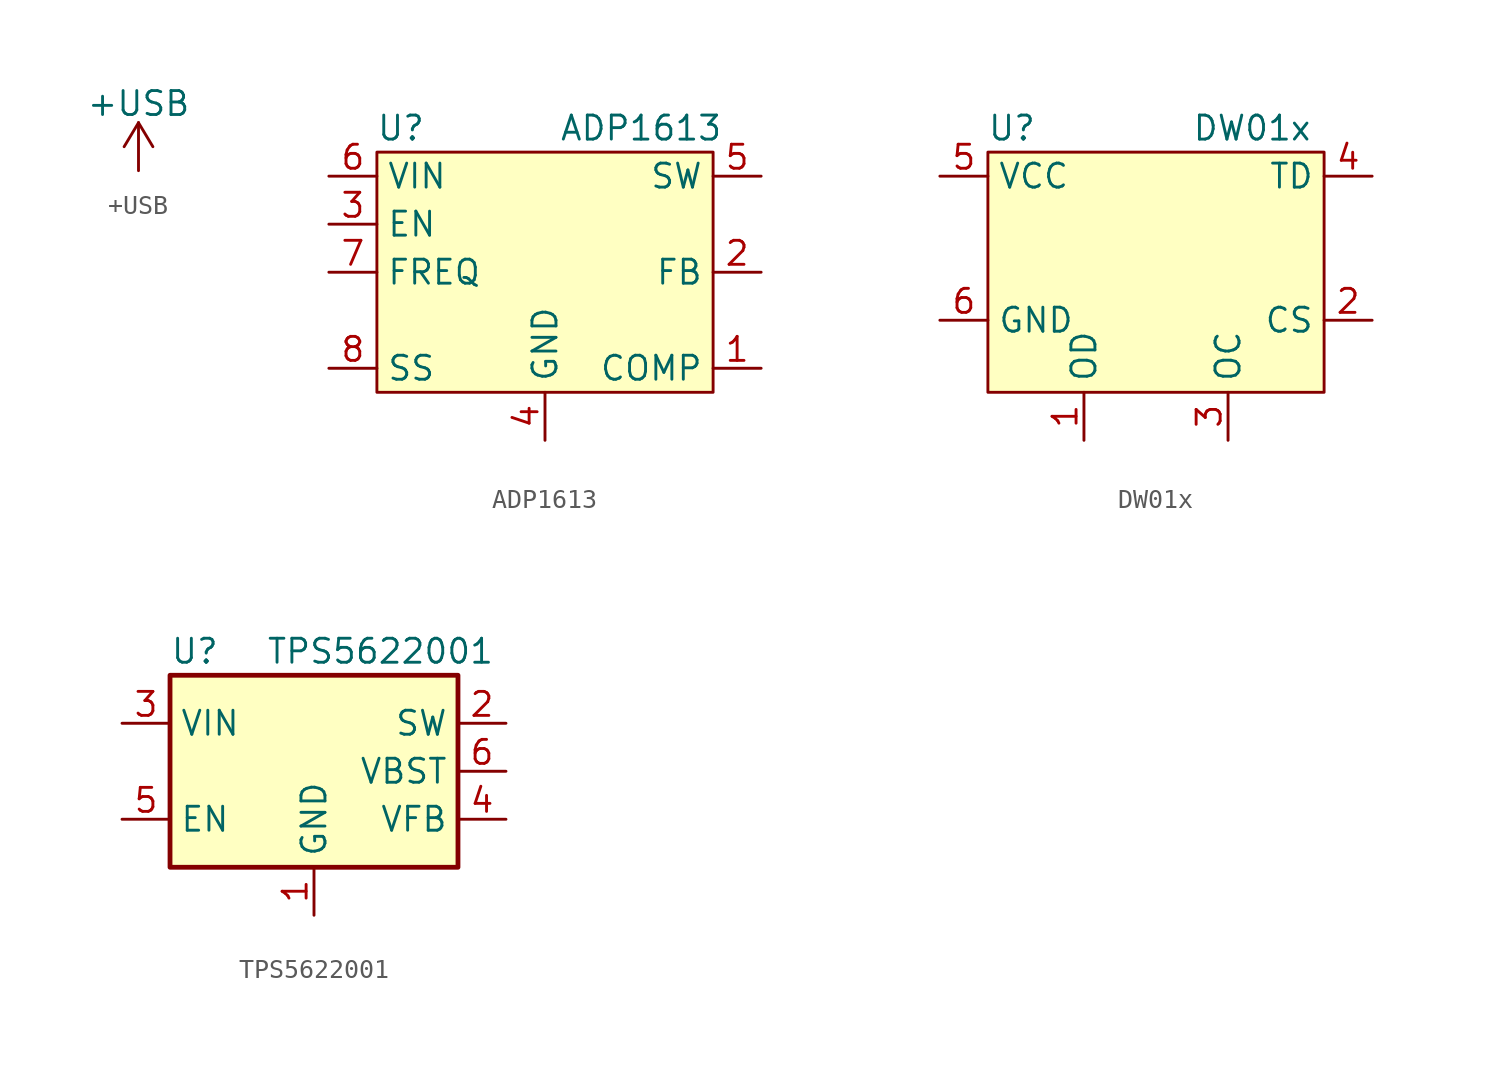
<source format=kicad_sym>
(kicad_symbol_lib
  (version 20211014)
  (generator kicad_symbol_editor)
  (symbol "+USB"
    (power)
    (pin_names
      (offset 0))
    (property "Reference" "#PWR"
      (at 0 -3.81 0)
      (effects (font (size 1.27 1.27)) hide))
    (property "Value" "+USB"
      (at 0 3.556 0)
      (effects (font (size 1.27 1.27))))
    (symbol "+USB_0_1"
      (polyline (pts (xy -0.762 1.27) (xy 0 2.54)) (stroke (width 0) (type default) (color 0 0 0 0)) (fill (type none)))
      (polyline (pts (xy 0 0) (xy 0 2.54)) (stroke (width 0) (type default) (color 0 0 0 0)) (fill (type none)))
      (polyline (pts (xy 0 2.54) (xy 0.762 1.27)) (stroke (width 0) (type default) (color 0 0 0 0)) (fill (type none))))
    (symbol "+USB_1_1"
      (pin power_in line (at 0 0 90) (length 0) hide (name "+USB" (effects (font (size 1.27 1.27)))) (number "1" (effects (font (size 1.27 1.27)))))))
  (symbol "ADP1613"
    (property "Reference" "U"
      (at -7.62 7.62 0)
      (effects (font (size 1.27 1.27))))
    (property "Value" "ADP1613"
      (at 5.08 7.62 0)
      (effects (font (size 1.27 1.27))))
    (symbol "ADP1613_0_1"
      (rectangle (start -8.89 6.35) (end 8.89 -6.35) (stroke (width 0) (type default) (color 0 0 0 0)) (fill (type background))))
    (symbol "ADP1613_1_1"
      (pin passive line (at 11.43 -5.08 180) (length 2.54) (name "COMP" (effects (font (size 1.27 1.27)))) (number "1" (effects (font (size 1.27 1.27)))))
      (pin input line (at 11.43 0 180) (length 2.54) (name "FB" (effects (font (size 1.27 1.27)))) (number "2" (effects (font (size 1.27 1.27)))))
      (pin input line (at -11.43 2.54 0) (length 2.54) (name "EN" (effects (font (size 1.27 1.27)))) (number "3" (effects (font (size 1.27 1.27)))))
      (pin power_in line (at 0 -8.89 90) (length 2.54) (name "GND" (effects (font (size 1.27 1.27)))) (number "4" (effects (font (size 1.27 1.27)))))
      (pin output line (at 11.43 5.08 180) (length 2.54) (name "SW" (effects (font (size 1.27 1.27)))) (number "5" (effects (font (size 1.27 1.27)))))
      (pin power_in line (at -11.43 5.08 0) (length 2.54) (name "VIN" (effects (font (size 1.27 1.27)))) (number "6" (effects (font (size 1.27 1.27)))))
      (pin input line (at -11.43 0 0) (length 2.54) (name "FREQ" (effects (font (size 1.27 1.27)))) (number "7" (effects (font (size 1.27 1.27)))))
      (pin passive line (at -11.43 -5.08 0) (length 2.54) (name "SS" (effects (font (size 1.27 1.27)))) (number "8" (effects (font (size 1.27 1.27)))))))
  (symbol "DW01x"
    (property "Reference" "U"
      (at -7.62 6.35 0)
      (effects (font (size 1.27 1.27))))
    (property "Value" "DW01x"
      (at 5.08 6.35 0)
      (effects (font (size 1.27 1.27))))
    (symbol "DW01x_0_1"
      (rectangle (start -8.89 5.08) (end 8.89 -7.62) (stroke (width 0) (type default) (color 0 0 0 0)) (fill (type background))))
    (symbol "DW01x_1_1"
      (pin output line (at -3.81 -10.16 90) (length 2.54) (name "OD" (effects (font (size 1.27 1.27)))) (number "1" (effects (font (size 1.27 1.27)))))
      (pin input line (at 11.43 -3.81 180) (length 2.54) (name "CS" (effects (font (size 1.27 1.27)))) (number "2" (effects (font (size 1.27 1.27)))))
      (pin output line (at 3.81 -10.16 90) (length 2.54) (name "OC" (effects (font (size 1.27 1.27)))) (number "3" (effects (font (size 1.27 1.27)))))
      (pin input line (at 11.43 3.81 180) (length 2.54) (name "TD" (effects (font (size 1.27 1.27)))) (number "4" (effects (font (size 1.27 1.27)))))
      (pin power_in line (at -11.43 3.81 0) (length 2.54) (name "VCC" (effects (font (size 1.27 1.27)))) (number "5" (effects (font (size 1.27 1.27)))))
      (pin power_in line (at -11.43 -3.81 0) (length 2.54) (name "GND" (effects (font (size 1.27 1.27)))) (number "6" (effects (font (size 1.27 1.27)))))))
  (symbol "TPS5622001"
    (property "Reference" "U"
      (at -7.62 6.35 0)
      (effects (font (size 1.27 1.27)) (justify left)))
    (property "Value" "TPS5622001"
      (at -2.54 6.35 0)
      (effects (font (size 1.27 1.27)) (justify left)))
    (symbol "TPS5622001_0_1"
      (rectangle (start -7.62 5.08) (end 7.62 -5.08) (stroke (width 0.254) (type default) (color 0 0 0 0)) (fill (type background))))
    (symbol "TPS5622001_1_1"
      (pin power_in line (at 0 -7.62 90) (length 2.54) (name "GND" (effects (font (size 1.27 1.27)))) (number "1" (effects (font (size 1.27 1.27)))))
      (pin output line (at 10.16 2.54 180) (length 2.54) (name "SW" (effects (font (size 1.27 1.27)))) (number "2" (effects (font (size 1.27 1.27)))))
      (pin power_in line (at -10.16 2.54 0) (length 2.54) (name "VIN" (effects (font (size 1.27 1.27)))) (number "3" (effects (font (size 1.27 1.27)))))
      (pin input line (at 10.16 -2.54 180) (length 2.54) (name "VFB" (effects (font (size 1.27 1.27)))) (number "4" (effects (font (size 1.27 1.27)))))
      (pin input line (at -10.16 -2.54 0) (length 2.54) (name "EN" (effects (font (size 1.27 1.27)))) (number "5" (effects (font (size 1.27 1.27)))))
      (pin passive line (at 10.16 0 180) (length 2.54) (name "VBST" (effects (font (size 1.27 1.27)))) (number "6" (effects (font (size 1.27 1.27))))))))
</source>
